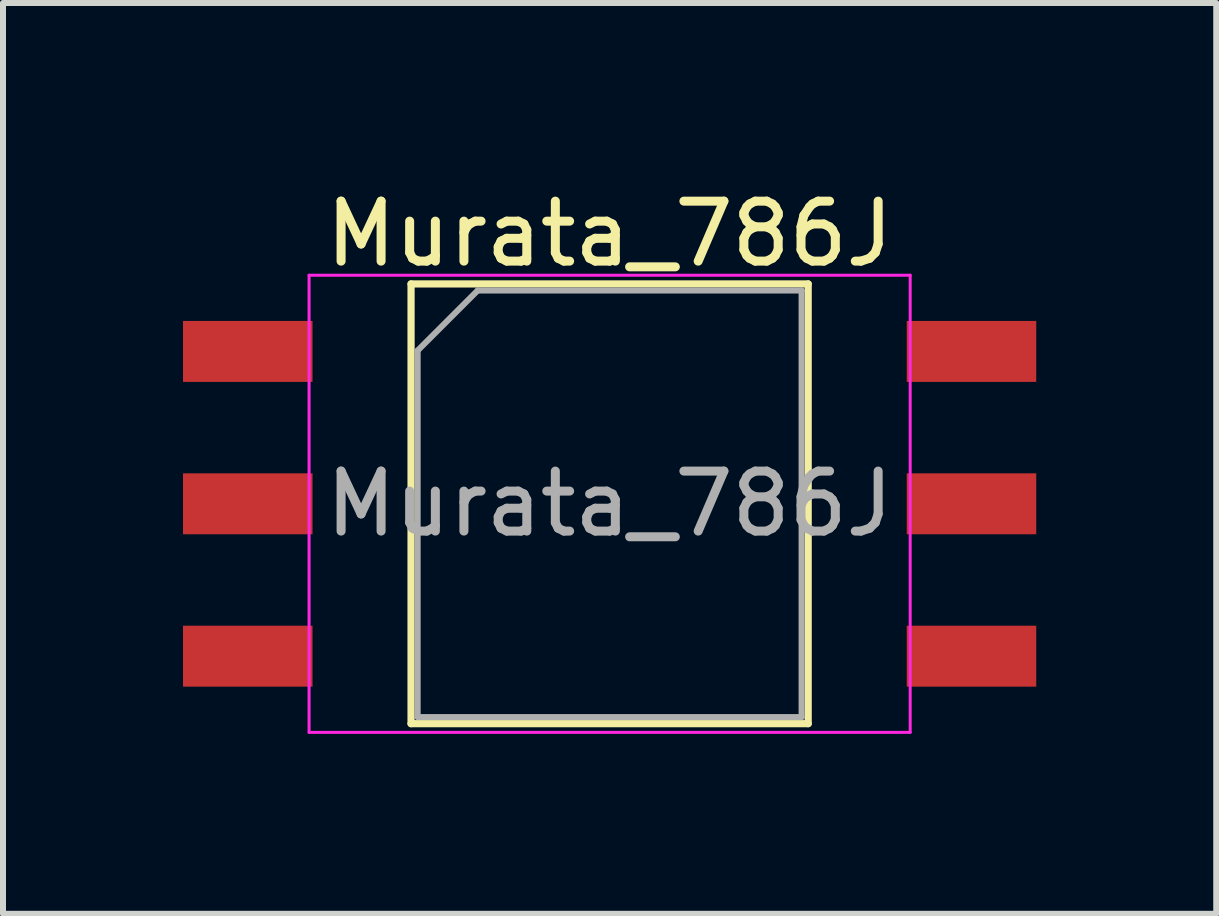
<source format=kicad_pcb>
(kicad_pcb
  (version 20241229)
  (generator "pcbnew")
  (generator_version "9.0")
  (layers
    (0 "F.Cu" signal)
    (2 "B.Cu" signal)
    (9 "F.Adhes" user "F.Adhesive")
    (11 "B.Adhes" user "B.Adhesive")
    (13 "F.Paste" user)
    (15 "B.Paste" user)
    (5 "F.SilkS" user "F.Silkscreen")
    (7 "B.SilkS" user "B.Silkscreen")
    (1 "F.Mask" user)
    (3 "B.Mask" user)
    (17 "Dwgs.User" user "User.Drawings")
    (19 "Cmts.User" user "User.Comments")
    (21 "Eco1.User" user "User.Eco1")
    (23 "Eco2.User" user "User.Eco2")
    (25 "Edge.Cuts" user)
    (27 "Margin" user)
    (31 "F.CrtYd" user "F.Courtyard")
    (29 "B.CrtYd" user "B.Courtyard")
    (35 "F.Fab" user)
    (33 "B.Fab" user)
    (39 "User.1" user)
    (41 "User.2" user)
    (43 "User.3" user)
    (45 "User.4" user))
  (footprint "Murata_786J"
    (layer "F.Cu")
    (at 7.112 5.348)
    (property "Reference" "Murata_786J" (at 0 -4.5 0) (layer "F.SilkS") (effects (font (size 1 1) (thickness 0.15))))
    (attr smd)
    (fp_line (start -3.31 -3.665) (end -3.31 3.665) (stroke (width 0.12) (type solid)) (layer "F.SilkS"))
    (fp_line (start -3.31 -3.665) (end 3.31 -3.665) (stroke (width 0.12) (type solid)) (layer "F.SilkS"))
    (fp_line (start -3.31 3.665) (end 3.31 3.665) (stroke (width 0.12) (type solid)) (layer "F.SilkS"))
    (fp_line (start 3.31 3.665) (end 3.31 -3.665) (stroke (width 0.12) (type solid)) (layer "F.SilkS"))
    (fp_line (start -5.01 -3.81) (end 5.01 -3.81) (stroke (width 0.05) (type solid)) (layer "F.CrtYd"))
    (fp_line (start -5.01 3.81) (end -5.01 -3.81) (stroke (width 0.05) (type solid)) (layer "F.CrtYd"))
    (fp_line (start 5.01 -3.81) (end 5.01 3.81) (stroke (width 0.05) (type solid)) (layer "F.CrtYd"))
    (fp_line (start 5.01 3.81) (end -5.01 3.81) (stroke (width 0.05) (type solid)) (layer "F.CrtYd"))
    (fp_line (start -3.2 3.555) (end -3.2 -2.555) (stroke (width 0.1) (type solid)) (layer "F.Fab"))
    (fp_line (start -2.2 -3.555) (end -3.2 -2.555) (stroke (width 0.1) (type solid)) (layer "F.Fab"))
    (fp_line (start -2.2 -3.555) (end 3.2 -3.555) (stroke (width 0.1) (type solid)) (layer "F.Fab"))
    (fp_line (start 3.2 -3.555) (end 3.2 3.555) (stroke (width 0.1) (type solid)) (layer "F.Fab"))
    (fp_line (start 3.2 3.555) (end -3.2 3.555) (stroke (width 0.1) (type solid)) (layer "F.Fab"))
    (fp_text user "${REFERENCE}" (at 0 0 0) (layer "F.Fab") (effects (font (size 1 1) (thickness 0.15))))
    (pad "1" smd rect (at -6.032 -2.54) (size 2.159 1.016) (layers "F.Cu" "F.Mask" "F.Paste"))
    (pad "2" smd rect (at -6.032 0) (size 2.159 1.016) (layers "F.Cu" "F.Mask" "F.Paste"))
    (pad "3" smd rect (at -6.032 2.54) (size 2.159 1.016) (layers "F.Cu" "F.Mask" "F.Paste"))
    (pad "4" smd rect (at 6.032 2.54) (size 2.159 1.016) (layers "F.Cu" "F.Mask" "F.Paste"))
    (pad "5" smd rect (at 6.032 0) (size 2.159 1.016) (layers "F.Cu" "F.Mask" "F.Paste"))
    (pad "6" smd rect (at 6.032 -2.54) (size 2.159 1.016) (layers "F.Cu" "F.Mask" "F.Paste")))
  (gr_rect
    (start -3 -3)
    (end 17.224 12.183)
    (stroke (width 0.1) (type default))
    (fill no)
    (layer "Edge.Cuts")))
</source>
